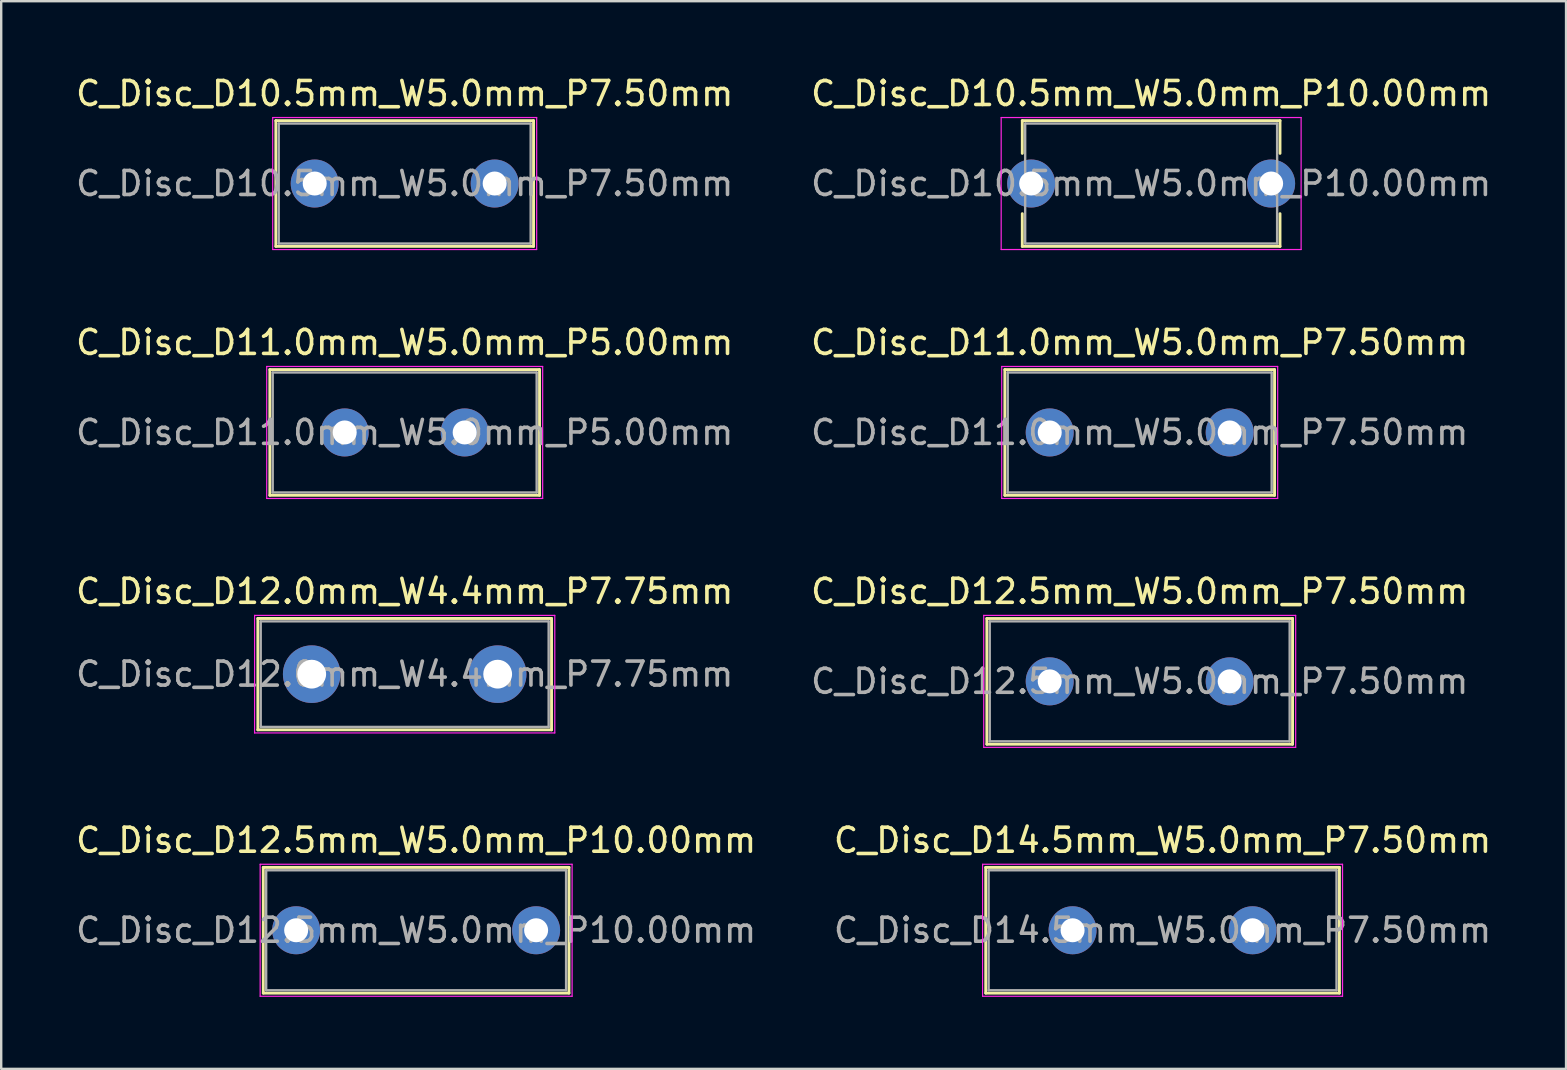
<source format=kicad_pcb>
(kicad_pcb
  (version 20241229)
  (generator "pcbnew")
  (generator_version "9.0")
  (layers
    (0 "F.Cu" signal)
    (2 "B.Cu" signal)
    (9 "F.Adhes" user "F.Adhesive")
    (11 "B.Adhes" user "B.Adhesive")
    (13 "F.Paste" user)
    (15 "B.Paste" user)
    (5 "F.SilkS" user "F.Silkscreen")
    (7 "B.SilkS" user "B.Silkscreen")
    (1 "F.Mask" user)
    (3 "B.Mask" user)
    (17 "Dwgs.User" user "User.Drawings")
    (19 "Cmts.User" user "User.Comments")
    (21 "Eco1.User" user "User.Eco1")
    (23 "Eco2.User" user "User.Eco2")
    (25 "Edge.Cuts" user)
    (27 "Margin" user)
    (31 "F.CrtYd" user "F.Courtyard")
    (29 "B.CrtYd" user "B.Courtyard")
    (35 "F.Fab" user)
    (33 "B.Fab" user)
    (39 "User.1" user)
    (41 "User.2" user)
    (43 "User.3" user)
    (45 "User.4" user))
  (footprint "C_Disc_D12.5mm_W5.0mm_P10.00mm"
    (layer "F.Cu")
    (at 9.292 35.718)
    (property "Reference" "C_Disc_D12.5mm_W5.0mm_P10.00mm" (at 5 -3.75 0) (layer "F.SilkS") (effects (font (size 1 1) (thickness 0.15))))
    (attr through_hole)
    (fp_line (start -1.37 -2.62) (end -1.37 2.62) (stroke (width 0.12) (type solid)) (layer "F.SilkS"))
    (fp_line (start -1.37 -2.62) (end 11.37 -2.62) (stroke (width 0.12) (type solid)) (layer "F.SilkS"))
    (fp_line (start -1.37 2.62) (end 11.37 2.62) (stroke (width 0.12) (type solid)) (layer "F.SilkS"))
    (fp_line (start 11.37 -2.62) (end 11.37 2.62) (stroke (width 0.12) (type solid)) (layer "F.SilkS"))
    (fp_line (start -1.5 -2.75) (end -1.5 2.75) (stroke (width 0.05) (type solid)) (layer "F.CrtYd"))
    (fp_line (start -1.5 2.75) (end 11.5 2.75) (stroke (width 0.05) (type solid)) (layer "F.CrtYd"))
    (fp_line (start 11.5 -2.75) (end -1.5 -2.75) (stroke (width 0.05) (type solid)) (layer "F.CrtYd"))
    (fp_line (start 11.5 2.75) (end 11.5 -2.75) (stroke (width 0.05) (type solid)) (layer "F.CrtYd"))
    (fp_line (start -1.25 -2.5) (end -1.25 2.5) (stroke (width 0.1) (type solid)) (layer "F.Fab"))
    (fp_line (start -1.25 2.5) (end 11.25 2.5) (stroke (width 0.1) (type solid)) (layer "F.Fab"))
    (fp_line (start 11.25 -2.5) (end -1.25 -2.5) (stroke (width 0.1) (type solid)) (layer "F.Fab"))
    (fp_line (start 11.25 2.5) (end 11.25 -2.5) (stroke (width 0.1) (type solid)) (layer "F.Fab"))
    (fp_text user "${REFERENCE}" (at 5 0 0) (layer "F.Fab") (effects (font (size 1 1) (thickness 0.15))))
    (pad "1" thru_hole circle (at 0 0) (size 2 2) (drill 1) (layers "*.Cu" "*.Mask"))
    (pad "2" thru_hole circle (at 10 0) (size 2 2) (drill 1) (layers "*.Cu" "*.Mask")))
  (footprint "C_Disc_D14.5mm_W5.0mm_P7.50mm"
    (layer "F.Cu")
    (at 41.649 35.718)
    (property "Reference" "C_Disc_D14.5mm_W5.0mm_P7.50mm" (at 3.75 -3.75 0) (layer "F.SilkS") (effects (font (size 1 1) (thickness 0.15))))
    (attr through_hole)
    (fp_line (start -3.62 -2.62) (end -3.62 2.62) (stroke (width 0.12) (type solid)) (layer "F.SilkS"))
    (fp_line (start -3.62 -2.62) (end 11.12 -2.62) (stroke (width 0.12) (type solid)) (layer "F.SilkS"))
    (fp_line (start -3.62 2.62) (end 11.12 2.62) (stroke (width 0.12) (type solid)) (layer "F.SilkS"))
    (fp_line (start 11.12 -2.62) (end 11.12 2.62) (stroke (width 0.12) (type solid)) (layer "F.SilkS"))
    (fp_line (start -3.75 -2.75) (end -3.75 2.75) (stroke (width 0.05) (type solid)) (layer "F.CrtYd"))
    (fp_line (start -3.75 2.75) (end 11.25 2.75) (stroke (width 0.05) (type solid)) (layer "F.CrtYd"))
    (fp_line (start 11.25 -2.75) (end -3.75 -2.75) (stroke (width 0.05) (type solid)) (layer "F.CrtYd"))
    (fp_line (start 11.25 2.75) (end 11.25 -2.75) (stroke (width 0.05) (type solid)) (layer "F.CrtYd"))
    (fp_line (start -3.5 -2.5) (end -3.5 2.5) (stroke (width 0.1) (type solid)) (layer "F.Fab"))
    (fp_line (start -3.5 2.5) (end 11 2.5) (stroke (width 0.1) (type solid)) (layer "F.Fab"))
    (fp_line (start 11 -2.5) (end -3.5 -2.5) (stroke (width 0.1) (type solid)) (layer "F.Fab"))
    (fp_line (start 11 2.5) (end 11 -2.5) (stroke (width 0.1) (type solid)) (layer "F.Fab"))
    (fp_text user "${REFERENCE}" (at 3.75 0 0) (layer "F.Fab") (effects (font (size 1 1) (thickness 0.15))))
    (pad "1" thru_hole circle (at 0 0) (size 2 2) (drill 1) (layers "*.Cu" "*.Mask"))
    (pad "2" thru_hole circle (at 7.5 0) (size 2 2) (drill 1) (layers "*.Cu" "*.Mask")))
  (footprint "C_Disc_D11.0mm_W5.0mm_P5.00mm"
    (layer "F.Cu")
    (at 11.315 14.972)
    (property "Reference" "C_Disc_D11.0mm_W5.0mm_P5.00mm" (at 2.5 -3.75 0) (layer "F.SilkS") (effects (font (size 1 1) (thickness 0.15))))
    (attr through_hole)
    (fp_line (start -3.12 -2.62) (end -3.12 2.62) (stroke (width 0.12) (type solid)) (layer "F.SilkS"))
    (fp_line (start -3.12 -2.62) (end 8.12 -2.62) (stroke (width 0.12) (type solid)) (layer "F.SilkS"))
    (fp_line (start -3.12 2.62) (end 8.12 2.62) (stroke (width 0.12) (type solid)) (layer "F.SilkS"))
    (fp_line (start 8.12 -2.62) (end 8.12 2.62) (stroke (width 0.12) (type solid)) (layer "F.SilkS"))
    (fp_line (start -3.25 -2.75) (end -3.25 2.75) (stroke (width 0.05) (type solid)) (layer "F.CrtYd"))
    (fp_line (start -3.25 2.75) (end 8.25 2.75) (stroke (width 0.05) (type solid)) (layer "F.CrtYd"))
    (fp_line (start 8.25 -2.75) (end -3.25 -2.75) (stroke (width 0.05) (type solid)) (layer "F.CrtYd"))
    (fp_line (start 8.25 2.75) (end 8.25 -2.75) (stroke (width 0.05) (type solid)) (layer "F.CrtYd"))
    (fp_line (start -3 -2.5) (end -3 2.5) (stroke (width 0.1) (type solid)) (layer "F.Fab"))
    (fp_line (start -3 2.5) (end 8 2.5) (stroke (width 0.1) (type solid)) (layer "F.Fab"))
    (fp_line (start 8 -2.5) (end -3 -2.5) (stroke (width 0.1) (type solid)) (layer "F.Fab"))
    (fp_line (start 8 2.5) (end 8 -2.5) (stroke (width 0.1) (type solid)) (layer "F.Fab"))
    (fp_text user "${REFERENCE}" (at 2.5 0 0) (layer "F.Fab") (effects (font (size 1 1) (thickness 0.15))))
    (pad "1" thru_hole circle (at 0 0) (size 2 2) (drill 1) (layers "*.Cu" "*.Mask"))
    (pad "2" thru_hole circle (at 5 0) (size 2 2) (drill 1) (layers "*.Cu" "*.Mask")))
  (footprint "C_Disc_D11.0mm_W5.0mm_P7.50mm"
    (layer "F.Cu")
    (at 40.696 14.972)
    (property "Reference" "C_Disc_D11.0mm_W5.0mm_P7.50mm" (at 3.75 -3.75 0) (layer "F.SilkS") (effects (font (size 1 1) (thickness 0.15))))
    (attr through_hole)
    (fp_line (start -1.87 -2.62) (end -1.87 2.62) (stroke (width 0.12) (type solid)) (layer "F.SilkS"))
    (fp_line (start -1.87 -2.62) (end 9.37 -2.62) (stroke (width 0.12) (type solid)) (layer "F.SilkS"))
    (fp_line (start -1.87 2.62) (end 9.37 2.62) (stroke (width 0.12) (type solid)) (layer "F.SilkS"))
    (fp_line (start 9.37 -2.62) (end 9.37 2.62) (stroke (width 0.12) (type solid)) (layer "F.SilkS"))
    (fp_line (start -2 -2.75) (end -2 2.75) (stroke (width 0.05) (type solid)) (layer "F.CrtYd"))
    (fp_line (start -2 2.75) (end 9.5 2.75) (stroke (width 0.05) (type solid)) (layer "F.CrtYd"))
    (fp_line (start 9.5 -2.75) (end -2 -2.75) (stroke (width 0.05) (type solid)) (layer "F.CrtYd"))
    (fp_line (start 9.5 2.75) (end 9.5 -2.75) (stroke (width 0.05) (type solid)) (layer "F.CrtYd"))
    (fp_line (start -1.75 -2.5) (end -1.75 2.5) (stroke (width 0.1) (type solid)) (layer "F.Fab"))
    (fp_line (start -1.75 2.5) (end 9.25 2.5) (stroke (width 0.1) (type solid)) (layer "F.Fab"))
    (fp_line (start 9.25 -2.5) (end -1.75 -2.5) (stroke (width 0.1) (type solid)) (layer "F.Fab"))
    (fp_line (start 9.25 2.5) (end 9.25 -2.5) (stroke (width 0.1) (type solid)) (layer "F.Fab"))
    (fp_text user "${REFERENCE}" (at 3.75 0 0) (layer "F.Fab") (effects (font (size 1 1) (thickness 0.15))))
    (pad "1" thru_hole circle (at 0 0) (size 2 2) (drill 1) (layers "*.Cu" "*.Mask"))
    (pad "2" thru_hole circle (at 7.5 0) (size 2 2) (drill 1) (layers "*.Cu" "*.Mask")))
  (footprint "C_Disc_D10.5mm_W5.0mm_P7.50mm"
    (layer "F.Cu")
    (at 10.065 4.598)
    (property "Reference" "C_Disc_D10.5mm_W5.0mm_P7.50mm" (at 3.75 -3.75 0) (layer "F.SilkS") (effects (font (size 1 1) (thickness 0.15))))
    (attr through_hole)
    (fp_line (start -1.62 -2.62) (end -1.62 2.62) (stroke (width 0.12) (type solid)) (layer "F.SilkS"))
    (fp_line (start -1.62 -2.62) (end 9.12 -2.62) (stroke (width 0.12) (type solid)) (layer "F.SilkS"))
    (fp_line (start -1.62 2.62) (end 9.12 2.62) (stroke (width 0.12) (type solid)) (layer "F.SilkS"))
    (fp_line (start 9.12 -2.62) (end 9.12 2.62) (stroke (width 0.12) (type solid)) (layer "F.SilkS"))
    (fp_line (start -1.75 -2.75) (end -1.75 2.75) (stroke (width 0.05) (type solid)) (layer "F.CrtYd"))
    (fp_line (start -1.75 2.75) (end 9.25 2.75) (stroke (width 0.05) (type solid)) (layer "F.CrtYd"))
    (fp_line (start 9.25 -2.75) (end -1.75 -2.75) (stroke (width 0.05) (type solid)) (layer "F.CrtYd"))
    (fp_line (start 9.25 2.75) (end 9.25 -2.75) (stroke (width 0.05) (type solid)) (layer "F.CrtYd"))
    (fp_line (start -1.5 -2.5) (end -1.5 2.5) (stroke (width 0.1) (type solid)) (layer "F.Fab"))
    (fp_line (start -1.5 2.5) (end 9 2.5) (stroke (width 0.1) (type solid)) (layer "F.Fab"))
    (fp_line (start 9 -2.5) (end -1.5 -2.5) (stroke (width 0.1) (type solid)) (layer "F.Fab"))
    (fp_line (start 9 2.5) (end 9 -2.5) (stroke (width 0.1) (type solid)) (layer "F.Fab"))
    (fp_text user "${REFERENCE}" (at 3.75 0 0) (layer "F.Fab") (effects (font (size 1 1) (thickness 0.15))))
    (pad "1" thru_hole circle (at 0 0) (size 2 2) (drill 1) (layers "*.Cu" "*.Mask"))
    (pad "2" thru_hole circle (at 7.5 0) (size 2 2) (drill 1) (layers "*.Cu" "*.Mask")))
  (footprint "C_Disc_D12.0mm_W4.4mm_P7.75mm"
    (layer "F.Cu")
    (at 9.94 25.045)
    (property "Reference" "C_Disc_D12.0mm_W4.4mm_P7.75mm" (at 3.875 -3.45 0) (layer "F.SilkS") (effects (font (size 1 1) (thickness 0.15))))
    (attr through_hole)
    (fp_line (start -2.245 -2.321) (end -2.245 2.321) (stroke (width 0.12) (type solid)) (layer "F.SilkS"))
    (fp_line (start -2.245 -2.321) (end 9.995 -2.321) (stroke (width 0.12) (type solid)) (layer "F.SilkS"))
    (fp_line (start -2.245 2.321) (end 9.995 2.321) (stroke (width 0.12) (type solid)) (layer "F.SilkS"))
    (fp_line (start 9.995 -2.321) (end 9.995 2.321) (stroke (width 0.12) (type solid)) (layer "F.SilkS"))
    (fp_line (start -2.38 -2.45) (end -2.38 2.45) (stroke (width 0.05) (type solid)) (layer "F.CrtYd"))
    (fp_line (start -2.38 2.45) (end 10.13 2.45) (stroke (width 0.05) (type solid)) (layer "F.CrtYd"))
    (fp_line (start 10.13 -2.45) (end -2.38 -2.45) (stroke (width 0.05) (type solid)) (layer "F.CrtYd"))
    (fp_line (start 10.13 2.45) (end 10.13 -2.45) (stroke (width 0.05) (type solid)) (layer "F.CrtYd"))
    (fp_line (start -2.125 -2.2) (end -2.125 2.2) (stroke (width 0.1) (type solid)) (layer "F.Fab"))
    (fp_line (start -2.125 2.2) (end 9.875 2.2) (stroke (width 0.1) (type solid)) (layer "F.Fab"))
    (fp_line (start 9.875 -2.2) (end -2.125 -2.2) (stroke (width 0.1) (type solid)) (layer "F.Fab"))
    (fp_line (start 9.875 2.2) (end 9.875 -2.2) (stroke (width 0.1) (type solid)) (layer "F.Fab"))
    (fp_text user "${REFERENCE}" (at 3.875 0 0) (layer "F.Fab") (effects (font (size 1 1) (thickness 0.15))))
    (pad "1" thru_hole circle (at 0 0) (size 2.4 2.4) (drill 1.2) (layers "*.Cu" "*.Mask"))
    (pad "2" thru_hole circle (at 7.75 0) (size 2.4 2.4) (drill 1.2) (layers "*.Cu" "*.Mask")))
  (footprint "C_Disc_D10.5mm_W5.0mm_P10.00mm"
    (layer "F.Cu")
    (at 39.923 4.598)
    (property "Reference" "C_Disc_D10.5mm_W5.0mm_P10.00mm" (at 5 -3.75 0) (layer "F.SilkS") (effects (font (size 1 1) (thickness 0.15))))
    (attr through_hole)
    (fp_line (start -0.37 -2.62) (end -0.37 -1.256) (stroke (width 0.12) (type solid)) (layer "F.SilkS"))
    (fp_line (start -0.37 -2.62) (end 10.37 -2.62) (stroke (width 0.12) (type solid)) (layer "F.SilkS"))
    (fp_line (start -0.37 1.256) (end -0.37 2.62) (stroke (width 0.12) (type solid)) (layer "F.SilkS"))
    (fp_line (start -0.37 2.62) (end 10.37 2.62) (stroke (width 0.12) (type solid)) (layer "F.SilkS"))
    (fp_line (start 10.37 -2.62) (end 10.37 -1.256) (stroke (width 0.12) (type solid)) (layer "F.SilkS"))
    (fp_line (start 10.37 1.256) (end 10.37 2.62) (stroke (width 0.12) (type solid)) (layer "F.SilkS"))
    (fp_line (start -1.25 -2.75) (end -1.25 2.75) (stroke (width 0.05) (type solid)) (layer "F.CrtYd"))
    (fp_line (start -1.25 2.75) (end 11.25 2.75) (stroke (width 0.05) (type solid)) (layer "F.CrtYd"))
    (fp_line (start 11.25 -2.75) (end -1.25 -2.75) (stroke (width 0.05) (type solid)) (layer "F.CrtYd"))
    (fp_line (start 11.25 2.75) (end 11.25 -2.75) (stroke (width 0.05) (type solid)) (layer "F.CrtYd"))
    (fp_line (start -0.25 -2.5) (end -0.25 2.5) (stroke (width 0.1) (type solid)) (layer "F.Fab"))
    (fp_line (start -0.25 2.5) (end 10.25 2.5) (stroke (width 0.1) (type solid)) (layer "F.Fab"))
    (fp_line (start 10.25 -2.5) (end -0.25 -2.5) (stroke (width 0.1) (type solid)) (layer "F.Fab"))
    (fp_line (start 10.25 2.5) (end 10.25 -2.5) (stroke (width 0.1) (type solid)) (layer "F.Fab"))
    (fp_text user "${REFERENCE}" (at 5 0 0) (layer "F.Fab") (effects (font (size 1 1) (thickness 0.15))))
    (pad "1" thru_hole circle (at 0 0) (size 2 2) (drill 1) (layers "*.Cu" "*.Mask"))
    (pad "2" thru_hole circle (at 10 0) (size 2 2) (drill 1) (layers "*.Cu" "*.Mask")))
  (footprint "C_Disc_D12.5mm_W5.0mm_P7.50mm"
    (layer "F.Cu")
    (at 40.696 25.345)
    (property "Reference" "C_Disc_D12.5mm_W5.0mm_P7.50mm" (at 3.75 -3.75 0) (layer "F.SilkS") (effects (font (size 1 1) (thickness 0.15))))
    (attr through_hole)
    (fp_line (start -2.62 -2.62) (end -2.62 2.62) (stroke (width 0.12) (type solid)) (layer "F.SilkS"))
    (fp_line (start -2.62 -2.62) (end 10.12 -2.62) (stroke (width 0.12) (type solid)) (layer "F.SilkS"))
    (fp_line (start -2.62 2.62) (end 10.12 2.62) (stroke (width 0.12) (type solid)) (layer "F.SilkS"))
    (fp_line (start 10.12 -2.62) (end 10.12 2.62) (stroke (width 0.12) (type solid)) (layer "F.SilkS"))
    (fp_line (start -2.75 -2.75) (end -2.75 2.75) (stroke (width 0.05) (type solid)) (layer "F.CrtYd"))
    (fp_line (start -2.75 2.75) (end 10.25 2.75) (stroke (width 0.05) (type solid)) (layer "F.CrtYd"))
    (fp_line (start 10.25 -2.75) (end -2.75 -2.75) (stroke (width 0.05) (type solid)) (layer "F.CrtYd"))
    (fp_line (start 10.25 2.75) (end 10.25 -2.75) (stroke (width 0.05) (type solid)) (layer "F.CrtYd"))
    (fp_line (start -2.5 -2.5) (end -2.5 2.5) (stroke (width 0.1) (type solid)) (layer "F.Fab"))
    (fp_line (start -2.5 2.5) (end 10 2.5) (stroke (width 0.1) (type solid)) (layer "F.Fab"))
    (fp_line (start 10 -2.5) (end -2.5 -2.5) (stroke (width 0.1) (type solid)) (layer "F.Fab"))
    (fp_line (start 10 2.5) (end 10 -2.5) (stroke (width 0.1) (type solid)) (layer "F.Fab"))
    (fp_text user "${REFERENCE}" (at 3.75 0 0) (layer "F.Fab") (effects (font (size 1 1) (thickness 0.15))))
    (pad "1" thru_hole circle (at 0 0) (size 2 2) (drill 1) (layers "*.Cu" "*.Mask"))
    (pad "2" thru_hole circle (at 7.5 0) (size 2 2) (drill 1) (layers "*.Cu" "*.Mask")))
  (gr_rect
    (start -3 -3)
    (end 62.214 41.493)
    (stroke (width 0.1) (type default))
    (fill no)
    (layer "Edge.Cuts")))
</source>
